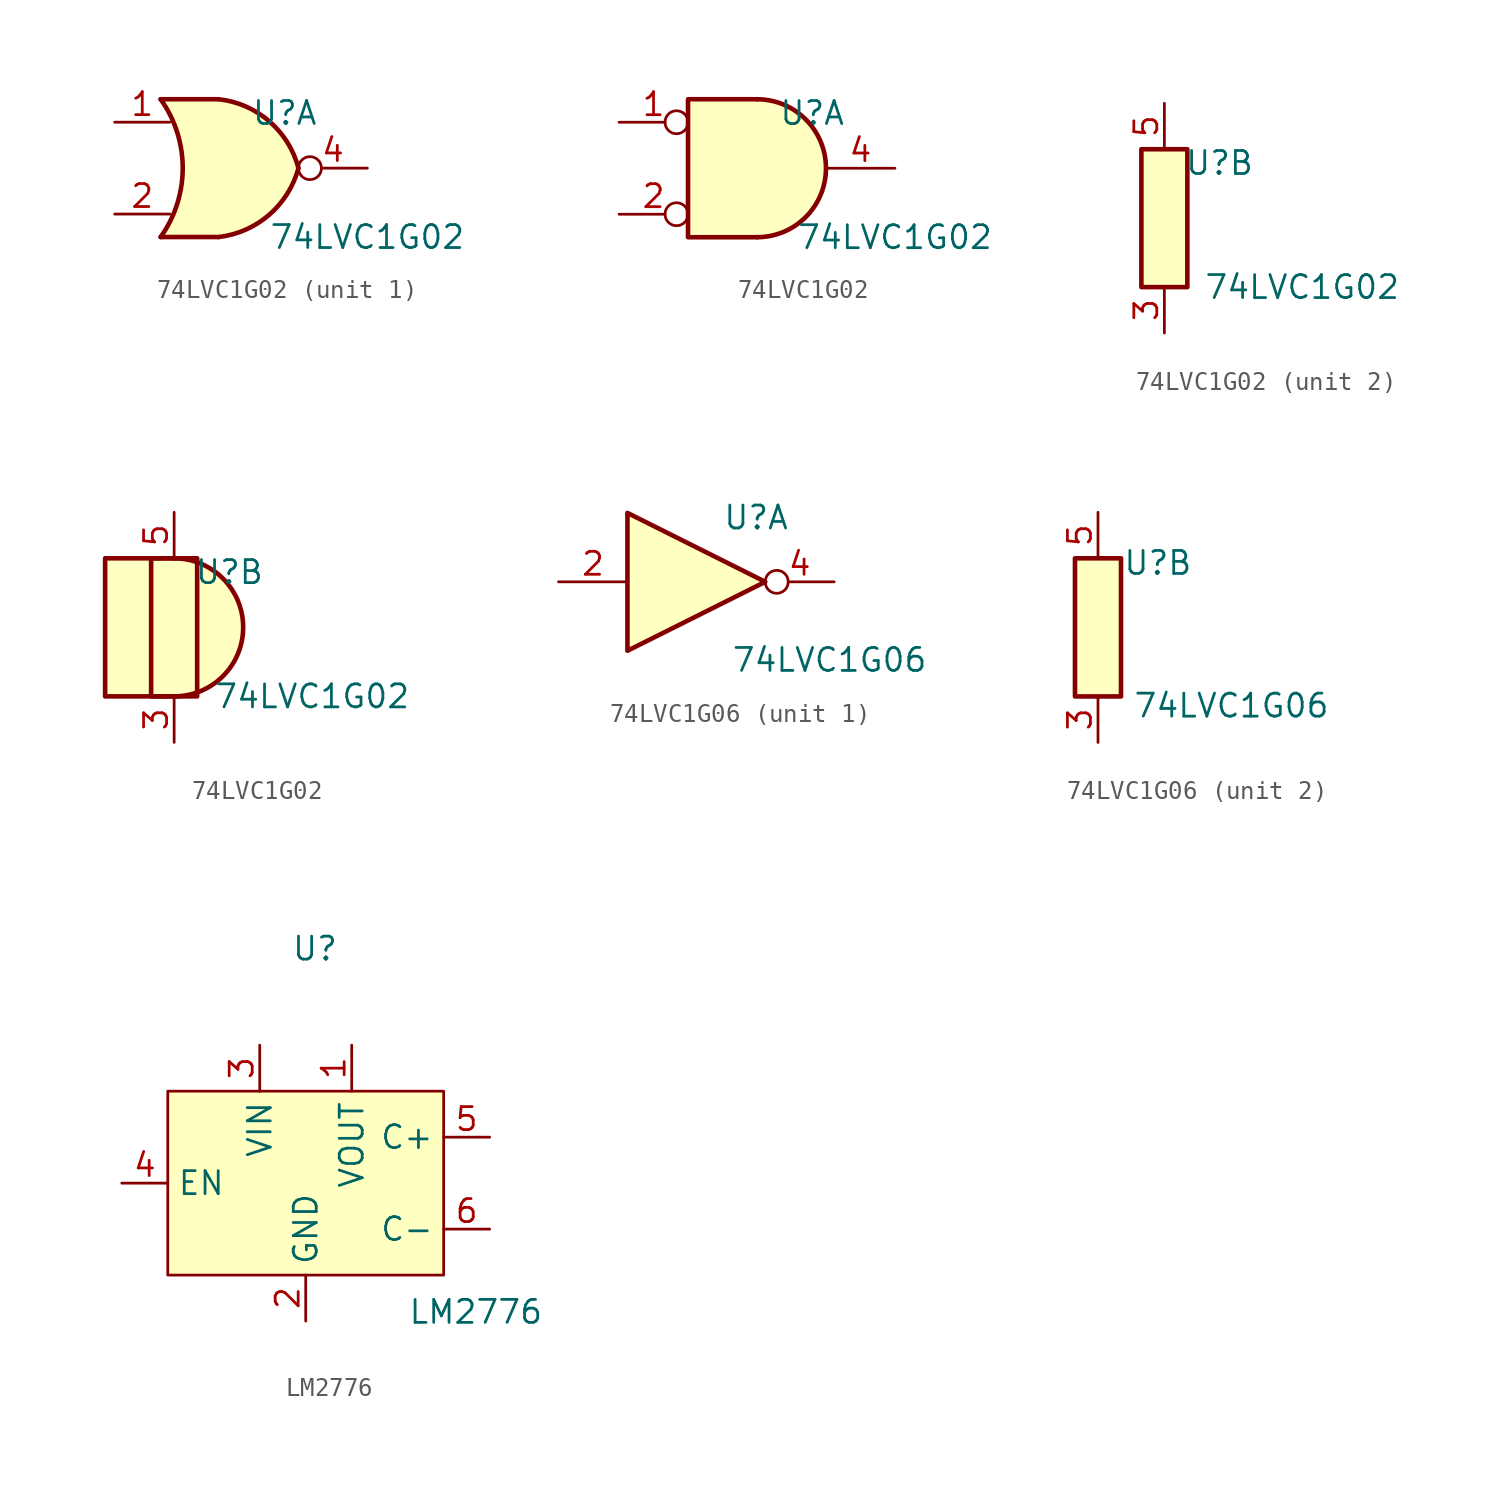
<source format=kicad_sym>
(kicad_symbol_lib
  (version 20241209)
  (generator "kicad_symbol_editor")
  (generator_version "9.0")
  (symbol "74LVC1G02"
    (pin_names
      (offset 0)
      (hide yes))
    (property "Reference" "U"
      (at 3.048 3.048 0)
      (effects (font (size 1.27 1.27))))
    (property "Value" "74LVC1G02"
      (at 7.62 -3.81 0)
      (effects (font (size 1.27 1.27))))
    (property "ki_locked" ""
      (at 0 0 0)
      (effects (font (size 1.27 1.27))))
    (symbol "74LVC1G02_1_1"
      (arc (start -3.81 3.81) (mid -2.589 0) (end -3.81 -3.81) (stroke (width 0.254) (type default)) (fill (type none)))
      (polyline (pts (xy -3.81 3.81) (xy -0.635 3.81)) (stroke (width 0.254) (type default)) (fill (type background)))
      (polyline (pts (xy -3.81 -3.81) (xy -0.635 -3.81)) (stroke (width 0.254) (type default)) (fill (type background)))
      (arc (start 3.81 0) (mid 2.1855 -2.584) (end -0.6096 -3.81) (stroke (width 0.254) (type default)) (fill (type background)))
      (arc (start -0.6096 3.81) (mid 2.1928 2.5924) (end 3.81 0) (stroke (width 0.254) (type default)) (fill (type background)))
      (polyline (pts (xy -0.635 3.81) (xy -3.81 3.81) (xy -3.81 3.81) (xy -3.556 3.404) (xy -3.023 2.261) (xy -2.692 1.041) (xy -2.616 -0.254) (xy -2.769 -1.499) (xy -3.175 -2.718) (xy -3.81 -3.81) (xy -3.81 -3.81) (xy -0.635 -3.81)) (stroke (width -25.4) (type default)) (fill (type background)))
      (pin input line (at -6.35 2.54 0) (length 3.048) (name "~" (effects (font (size 1.27 1.27)))) (number "1" (effects (font (size 1.27 1.27)))))
      (pin input line (at -6.35 -2.54 0) (length 3.048) (name "~" (effects (font (size 1.27 1.27)))) (number "2" (effects (font (size 1.27 1.27)))))
      (pin output inverted (at 7.62 0 180) (length 3.81) (name "~" (effects (font (size 1.27 1.27)))) (number "4" (effects (font (size 1.27 1.27))))))
    (symbol "74LVC1G02_1_2"
      (arc (start 0 3.81) (mid 3.7934 0) (end 0 -3.81) (stroke (width 0.254) (type default)) (fill (type background)))
      (polyline (pts (xy 0 3.81) (xy -3.81 3.81) (xy -3.81 -3.81) (xy 0 -3.81)) (stroke (width 0.254) (type default)) (fill (type background)))
      (pin input inverted (at -7.62 2.54 0) (length 3.81) (name "~" (effects (font (size 1.27 1.27)))) (number "1" (effects (font (size 1.27 1.27)))))
      (pin input inverted (at -7.62 -2.54 0) (length 3.81) (name "~" (effects (font (size 1.27 1.27)))) (number "2" (effects (font (size 1.27 1.27)))))
      (pin output line (at 7.62 0 180) (length 3.81) (name "~" (effects (font (size 1.27 1.27)))) (number "4" (effects (font (size 1.27 1.27))))))
    (symbol "74LVC1G02_2_0"
      (rectangle (start -1.27 3.81) (end 1.27 -3.81) (stroke (width 0.254) (type default)) (fill (type background)))
      (pin power_in line (at 0 6.35 270) (length 2.54) (name "VCC" (effects (font (size 1.27 1.27)))) (number "5" (effects (font (size 1.27 1.27)))))
      (pin power_in line (at 0 -6.35 90) (length 2.54) (name "GND" (effects (font (size 1.27 1.27)))) (number "3" (effects (font (size 1.27 1.27))))))
    (symbol "74LVC1G02_2_2"
      (arc (start 0 3.81) (mid 3.7934 0) (end 0 -3.81) (stroke (width 0.254) (type default)) (fill (type background)))
      (polyline (pts (xy 0 3.81) (xy -3.81 3.81) (xy -3.81 -3.81) (xy 0 -3.81)) (stroke (width 0.254) (type default)) (fill (type background)))))
  (symbol "74LVC1G06"
    (pin_names
      (offset 0)
      (hide yes))
    (property "Reference" "U"
      (at 3.302 3.556 0)
      (effects (font (size 1.27 1.27))))
    (property "Value" "74LVC1G06"
      (at 7.366 -4.318 0)
      (effects (font (size 1.27 1.27))))
    (property "ki_locked" ""
      (at 0 0 0)
      (effects (font (size 1.27 1.27))))
    (symbol "74LVC1G06_1_0"
      (polyline (pts (xy -3.81 3.81) (xy -3.81 -3.81) (xy 3.81 0) (xy -3.81 3.81)) (stroke (width 0.254) (type default)) (fill (type background)))
      (pin input line (at -7.62 0 0) (length 3.81) (name "~" (effects (font (size 1.27 1.27)))) (number "2" (effects (font (size 1.27 1.27)))))
      (pin open_collector inverted (at 7.62 0 180) (length 3.81) (name "~" (effects (font (size 1.27 1.27)))) (number "4" (effects (font (size 1.27 1.27))))))
    (symbol "74LVC1G06_2_0"
      (rectangle (start -1.27 3.81) (end 1.27 -3.81) (stroke (width 0.254) (type default)) (fill (type background)))
      (pin power_in line (at 0 6.35 270) (length 2.54) (name "VCC" (effects (font (size 1.27 1.27)))) (number "5" (effects (font (size 1.27 1.27)))))
      (pin power_in line (at 0 -6.35 90) (length 2.54) (name "GND" (effects (font (size 1.27 1.27)))) (number "3" (effects (font (size 1.27 1.27)))))))
  (symbol "LM2776"
    (property "Reference" "U"
      (at 0.508 7.874 0)
      (effects (font (size 1.27 1.27))))
    (property "Value" "LM2776"
      (at 9.398 -12.192 0)
      (effects (font (size 1.27 1.27))))
    (symbol "LM2776_1_0"
      (pin input line (at -10.16 -5.08 0) (length 2.54) (name "EN" (effects (font (size 1.27 1.27)))) (number "4" (effects (font (size 1.27 1.27)))))
      (pin power_in line (at -2.54 2.54 270) (length 2.54) (name "VIN" (effects (font (size 1.27 1.27)))) (number "3" (effects (font (size 1.27 1.27)))))
      (pin power_in line (at 0 -12.7 90) (length 2.54) (name "GND" (effects (font (size 1.27 1.27)))) (number "2" (effects (font (size 1.27 1.27)))))
      (pin power_out line (at 2.54 2.54 270) (length 2.54) (name "VOUT" (effects (font (size 1.27 1.27)))) (number "1" (effects (font (size 1.27 1.27)))))
      (pin passive line (at 10.16 -2.54 180) (length 2.54) (name "C+" (effects (font (size 1.27 1.27)))) (number "5" (effects (font (size 1.27 1.27)))))
      (pin passive line (at 10.16 -7.62 180) (length 2.54) (name "C-" (effects (font (size 1.27 1.27)))) (number "6" (effects (font (size 1.27 1.27))))))
    (symbol "LM2776_1_1"
      (rectangle (start -7.62 0) (end 7.62 -10.16) (stroke (width 0) (type default)) (fill (type background))))))
</source>
